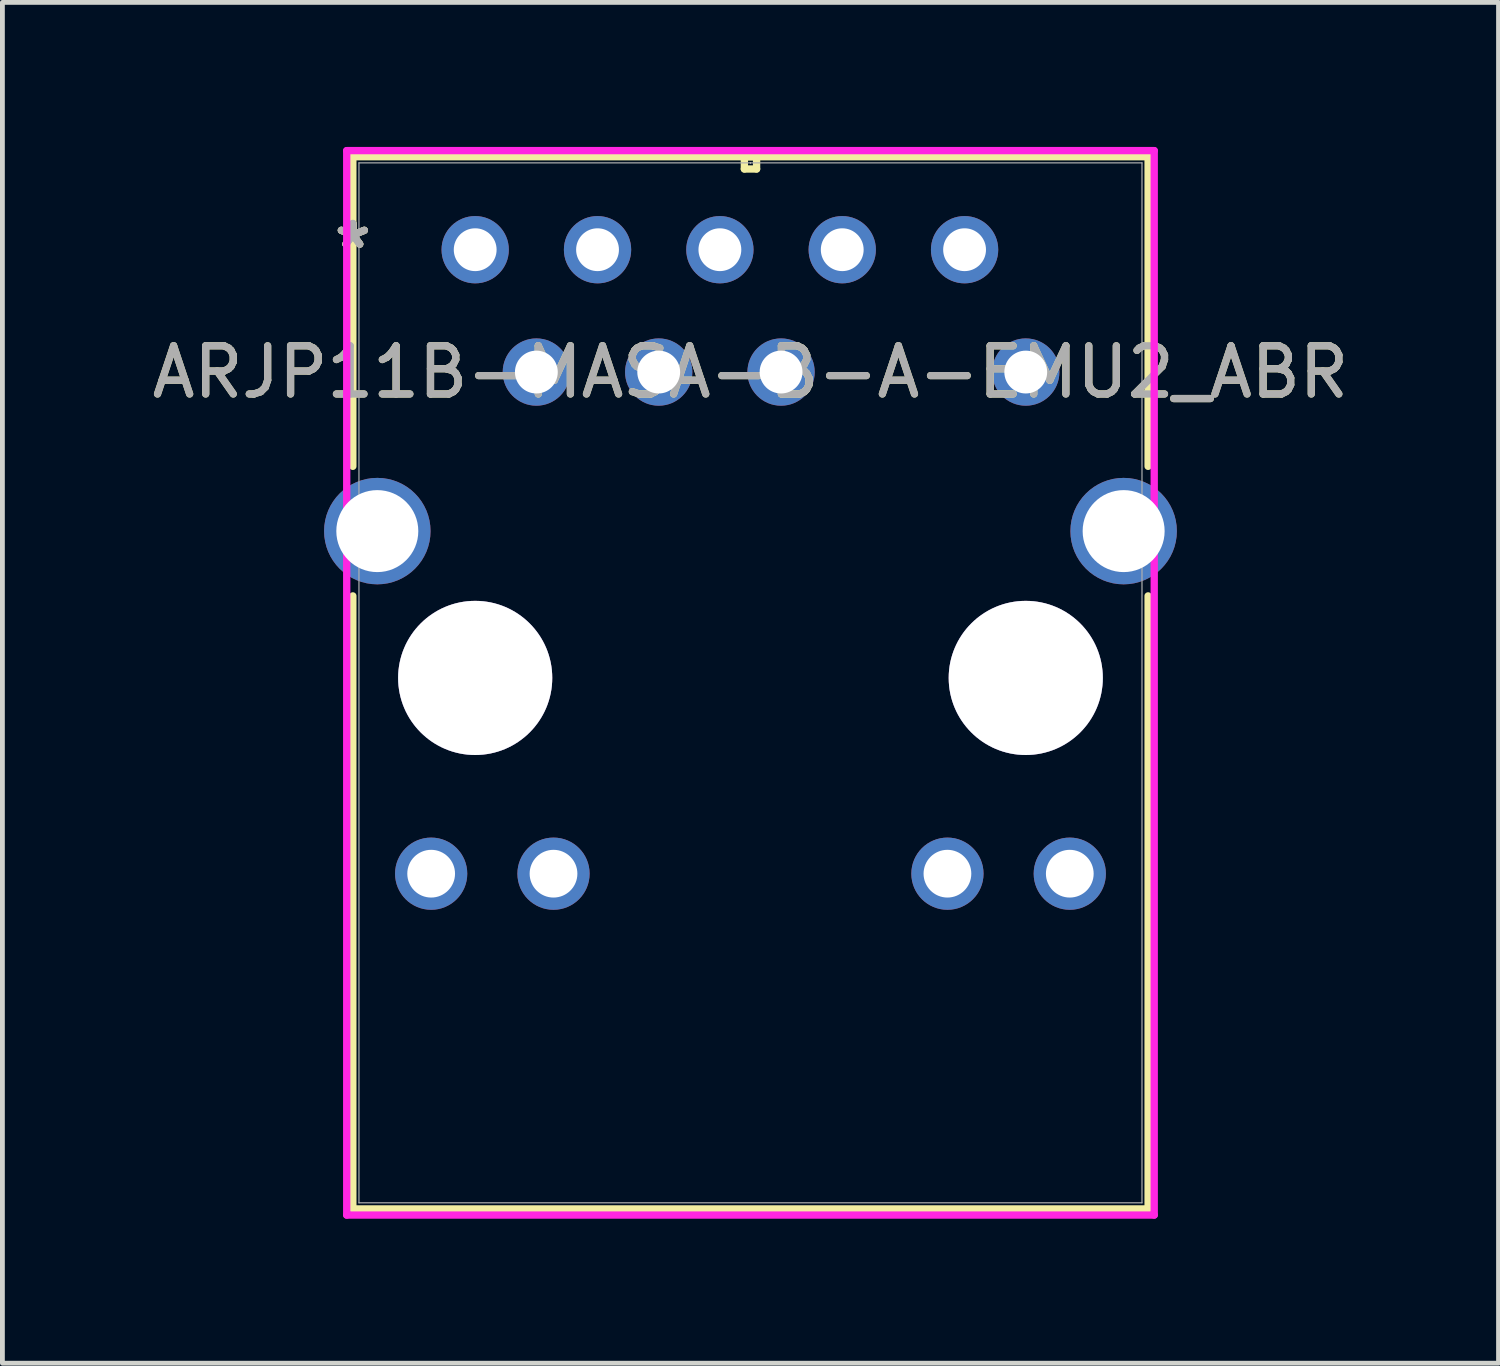
<source format=kicad_pcb>
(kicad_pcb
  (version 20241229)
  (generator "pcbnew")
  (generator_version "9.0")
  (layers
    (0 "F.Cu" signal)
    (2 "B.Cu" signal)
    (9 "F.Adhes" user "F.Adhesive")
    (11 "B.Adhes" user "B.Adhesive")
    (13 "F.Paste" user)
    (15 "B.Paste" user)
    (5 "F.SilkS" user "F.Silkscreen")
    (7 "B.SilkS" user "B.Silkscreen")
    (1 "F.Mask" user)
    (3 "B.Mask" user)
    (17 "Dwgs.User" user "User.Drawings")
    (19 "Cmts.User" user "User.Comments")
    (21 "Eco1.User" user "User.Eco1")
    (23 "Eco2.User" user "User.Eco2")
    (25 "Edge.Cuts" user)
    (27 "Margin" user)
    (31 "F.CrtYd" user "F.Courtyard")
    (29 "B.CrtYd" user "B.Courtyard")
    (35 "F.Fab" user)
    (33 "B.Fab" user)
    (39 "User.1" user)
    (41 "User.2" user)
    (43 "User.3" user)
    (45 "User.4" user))
  (footprint "ARJP11B-MASA-B-A-EMU2_ABR"
    (layer "F.Cu")
    (at 6.815 2.134)
    (property "Reference" "ARJP11B-MASA-B-A-EMU2_ABR" (at 5.715 2.54 0) (unlocked yes) (layer "F.SilkS") (effects (font (size 1 1) (thickness 0.15))))
    (attr through_hole)
    (fp_line (start -2.54 -1.93) (end -2.54 4.497) (stroke (width 0.152) (type solid)) (layer "F.SilkS"))
    (fp_line (start -2.54 7.187) (end -2.54 19.914) (stroke (width 0.152) (type solid)) (layer "F.SilkS"))
    (fp_line (start -2.54 19.914) (end 13.97 19.914) (stroke (width 0.152) (type solid)) (layer "F.SilkS"))
    (fp_line (start 5.588 -1.93) (end 5.588 -1.676) (stroke (width 0.152) (type solid)) (layer "F.SilkS"))
    (fp_line (start 5.588 -1.676) (end 5.842 -1.676) (stroke (width 0.152) (type solid)) (layer "F.SilkS"))
    (fp_line (start 5.842 -1.93) (end 5.588 -1.93) (stroke (width 0.152) (type solid)) (layer "F.SilkS"))
    (fp_line (start 5.842 -1.676) (end 5.842 -1.93) (stroke (width 0.152) (type solid)) (layer "F.SilkS"))
    (fp_line (start 13.97 -1.93) (end -2.54 -1.93) (stroke (width 0.152) (type solid)) (layer "F.SilkS"))
    (fp_line (start 13.97 4.497) (end 13.97 -1.93) (stroke (width 0.152) (type solid)) (layer "F.SilkS"))
    (fp_line (start 13.97 19.914) (end 13.97 7.187) (stroke (width 0.152) (type solid)) (layer "F.SilkS"))
    (fp_line (start -2.667 -2.057) (end -2.667 20.041) (stroke (width 0.152) (type solid)) (layer "F.CrtYd"))
    (fp_line (start -2.667 20.041) (end 14.097 20.041) (stroke (width 0.152) (type solid)) (layer "F.CrtYd"))
    (fp_line (start 14.097 -2.057) (end -2.667 -2.057) (stroke (width 0.152) (type solid)) (layer "F.CrtYd"))
    (fp_line (start 14.097 20.041) (end 14.097 -2.057) (stroke (width 0.152) (type solid)) (layer "F.CrtYd"))
    (fp_line (start -2.413 -1.803) (end -2.413 19.787) (stroke (width 0.025) (type solid)) (layer "F.Fab"))
    (fp_line (start -2.413 19.787) (end 13.843 19.787) (stroke (width 0.025) (type solid)) (layer "F.Fab"))
    (fp_line (start 5.715 -1.803) (end 5.715 -1.803) (stroke (width 0.025) (type solid)) (layer "F.Fab"))
    (fp_line (start 5.715 -1.803) (end 5.715 -1.803) (stroke (width 0.025) (type solid)) (layer "F.Fab"))
    (fp_line (start 5.715 -1.803) (end 5.715 -1.803) (stroke (width 0.025) (type solid)) (layer "F.Fab"))
    (fp_line (start 5.715 -1.803) (end 5.715 -1.803) (stroke (width 0.025) (type solid)) (layer "F.Fab"))
    (fp_line (start 13.843 -1.803) (end -2.413 -1.803) (stroke (width 0.025) (type solid)) (layer "F.Fab"))
    (fp_line (start 13.843 19.787) (end 13.843 -1.803) (stroke (width 0.025) (type solid)) (layer "F.Fab"))
    (fp_text user "*" (at -2.54 0 0) (layer "F.SilkS") (effects (font (size 1 1) (thickness 0.15))))
    (fp_text user "*" (at -2.54 0 0) (unlocked yes) (layer "F.SilkS") (effects (font (size 1 1) (thickness 0.15))))
    (fp_text user "${REFERENCE}" (at 5.715 2.54 0) (unlocked yes) (layer "F.Fab") (effects (font (size 1 1) (thickness 0.15))))
    (fp_text user "*" (at -2.54 0 0) (layer "F.Fab") (effects (font (size 1 1) (thickness 0.15))))
    (fp_text user "*" (at -2.54 0 0) (unlocked yes) (layer "F.Fab") (effects (font (size 1 1) (thickness 0.15))))
    (pad "1" thru_hole circle (at 0 0) (size 1.397 1.397) (drill 0.889) (layers "*.Cu" "*.Mask"))
    (pad "2" thru_hole circle (at 1.27 2.54) (size 1.397 1.397) (drill 0.889) (layers "*.Cu" "*.Mask"))
    (pad "3" thru_hole circle (at 2.54 0) (size 1.397 1.397) (drill 0.889) (layers "*.Cu" "*.Mask"))
    (pad "4" thru_hole circle (at 3.81 2.54) (size 1.397 1.397) (drill 0.889) (layers "*.Cu" "*.Mask"))
    (pad "5" thru_hole circle (at 5.08 0) (size 1.397 1.397) (drill 0.889) (layers "*.Cu" "*.Mask"))
    (pad "6" thru_hole circle (at 6.35 2.54) (size 1.397 1.397) (drill 0.889) (layers "*.Cu" "*.Mask"))
    (pad "7" thru_hole circle (at 7.62 0) (size 1.397 1.397) (drill 0.889) (layers "*.Cu" "*.Mask"))
    (pad "9" thru_hole circle (at 10.16 0) (size 1.397 1.397) (drill 0.889) (layers "*.Cu" "*.Mask"))
    (pad "10" thru_hole circle (at 11.43 2.54) (size 1.397 1.397) (drill 0.889) (layers "*.Cu" "*.Mask"))
    (pad "11" thru_hole circle (at -0.914 12.954) (size 1.499 1.499) (drill 0.991) (layers "*.Cu" "*.Mask"))
    (pad "12" thru_hole circle (at 1.626 12.954) (size 1.499 1.499) (drill 0.991) (layers "*.Cu" "*.Mask"))
    (pad "13" thru_hole circle (at 9.804 12.954) (size 1.499 1.499) (drill 0.991) (layers "*.Cu" "*.Mask"))
    (pad "14" thru_hole circle (at 12.344 12.954) (size 1.499 1.499) (drill 0.991) (layers "*.Cu" "*.Mask"))
    (pad "15" thru_hole circle (at 0 8.89) (size 3.2 3.2) (drill 3.2) (layers "*.Cu" "*.Mask"))
    (pad "16" thru_hole circle (at 11.43 8.89) (size 3.2 3.2) (drill 3.2) (layers "*.Cu" "*.Mask"))
    (pad "17" thru_hole circle (at -2.032 5.842) (size 2.21 2.21) (drill 1.702) (layers "*.Cu" "*.Mask"))
    (pad "18" thru_hole circle (at 13.462 5.842) (size 2.21 2.21) (drill 1.702) (layers "*.Cu" "*.Mask")))
  (gr_rect
    (start -3 -3)
    (end 28.06 25.25)
    (stroke (width 0.1) (type default))
    (fill no)
    (layer "Edge.Cuts")))
</source>
